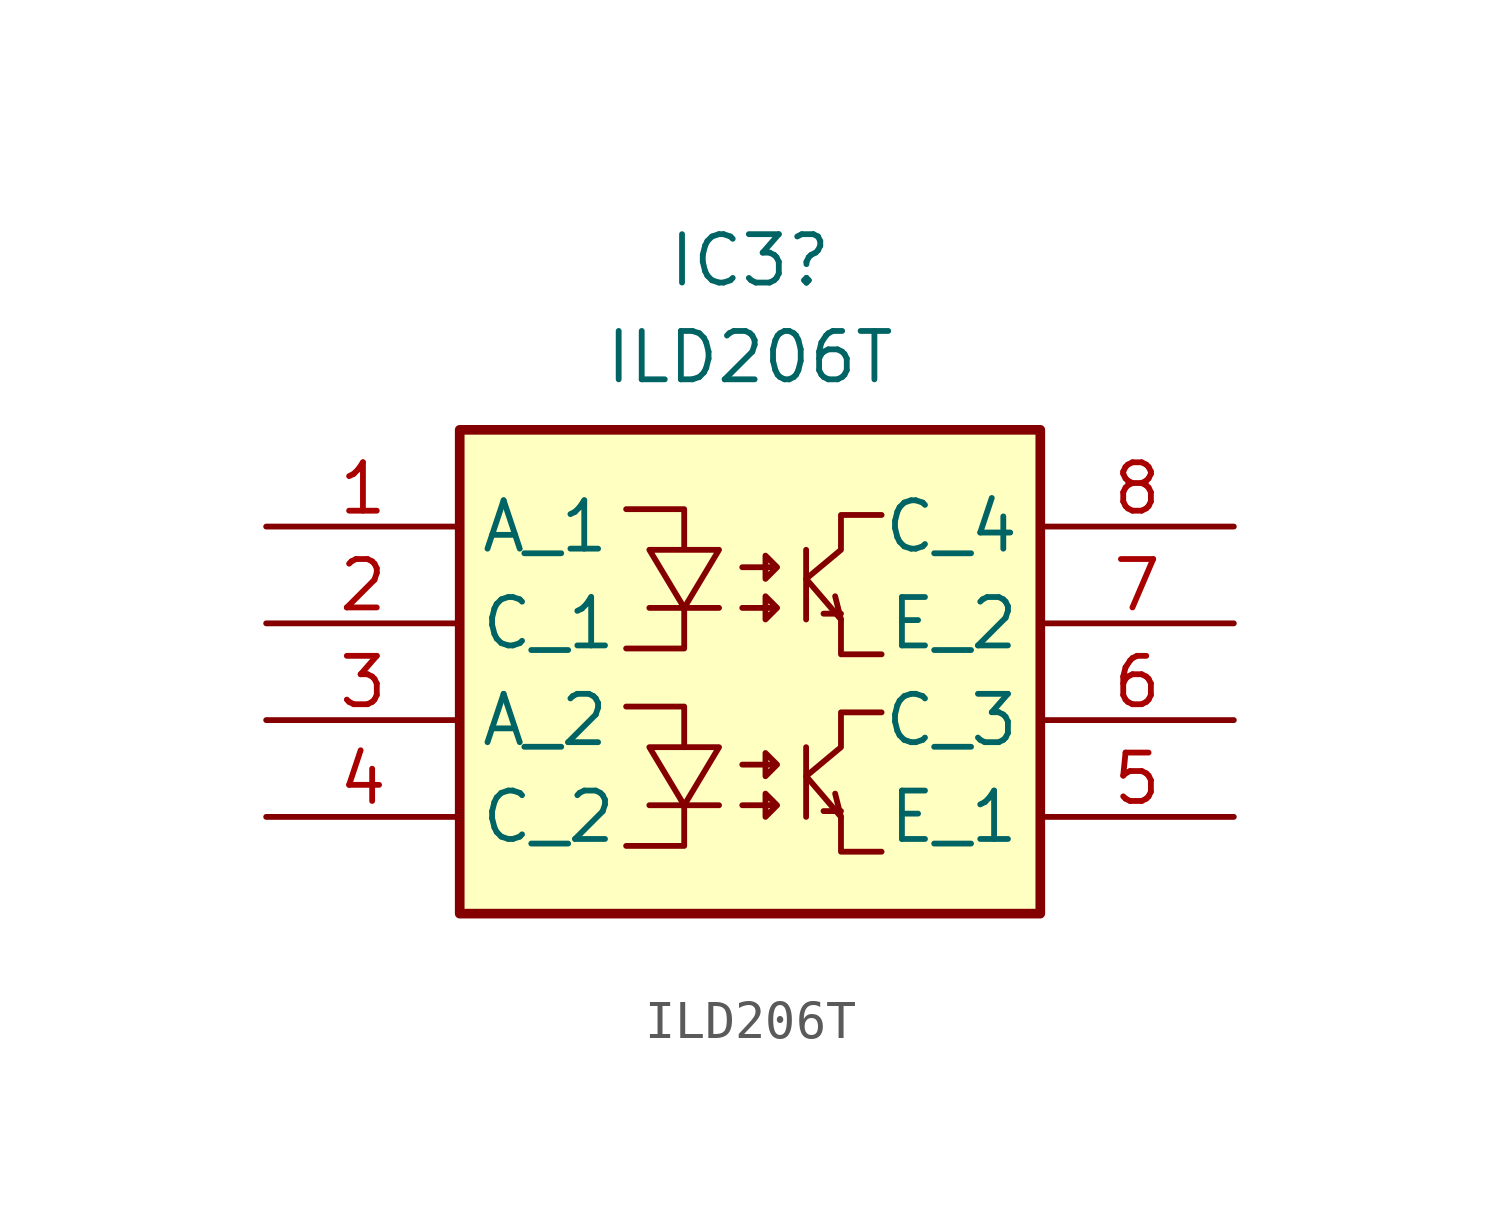
<source format=kicad_sym>
(kicad_symbol_lib
  (version 20231120)
  (generator "kicad_symbol_editor")
  (generator_version "8.0")
  (symbol "ILD206T"
    (property "Reference" "IC3"
      (at 12.7 6.985 0)
      (effects (font (size 1.27 1.27))))
    (property "Value" "ILD206T"
      (at 12.7 4.445 0)
      (effects (font (size 1.27 1.27))))
    (symbol "ILD206T_0_1"
      (polyline (pts (xy 11.887 -7.315) (xy 10.058 -7.315)) (stroke (width 0) (type default)) (fill (type none)))
      (polyline (pts (xy 11.887 -2.134) (xy 10.058 -2.134)) (stroke (width 0) (type default)) (fill (type none)))
      (polyline (pts (xy 14.173 -5.791) (xy 14.173 -7.62)) (stroke (width 0) (type default)) (fill (type none)))
      (polyline (pts (xy 14.173 -0.61) (xy 14.173 -2.438)) (stroke (width 0) (type default)) (fill (type none)))
      (polyline (pts (xy 14.935 -7.01) (xy 15.088 -7.62)) (stroke (width 0) (type default)) (fill (type none)))
      (polyline (pts (xy 14.935 -1.829) (xy 15.088 -2.438)) (stroke (width 0) (type default)) (fill (type none)))
      (polyline (pts (xy 15.088 -7.468) (xy 14.63 -7.468)) (stroke (width 0) (type default)) (fill (type none)))
      (polyline (pts (xy 15.088 -2.286) (xy 14.63 -2.286)) (stroke (width 0) (type default)) (fill (type none)))
      (polyline (pts (xy 10.973 -7.315) (xy 10.973 -8.382) (xy 9.449 -8.382)) (stroke (width 0) (type default)) (fill (type none)))
      (polyline (pts (xy 10.973 -2.134) (xy 10.973 -3.2) (xy 9.449 -3.2)) (stroke (width 0) (type default)) (fill (type none)))
      (polyline (pts (xy 12.497 -7.315) (xy 13.411 -7.315) (xy 13.106 -7.01) (xy 13.106 -7.62) (xy 13.411 -7.315)) (stroke (width 0) (type default)) (fill (type none)))
      (polyline (pts (xy 12.497 -6.248) (xy 13.411 -6.248) (xy 13.106 -5.944) (xy 13.106 -6.553) (xy 13.411 -6.248)) (stroke (width 0) (type default)) (fill (type none)))
      (polyline (pts (xy 12.497 -2.134) (xy 13.411 -2.134) (xy 13.106 -1.829) (xy 13.106 -2.438) (xy 13.411 -2.134)) (stroke (width 0) (type default)) (fill (type none)))
      (polyline (pts (xy 12.497 -1.067) (xy 13.411 -1.067) (xy 13.106 -0.762) (xy 13.106 -1.372) (xy 13.411 -1.067)) (stroke (width 0) (type default)) (fill (type none)))
      (polyline (pts (xy 9.449 -4.724) (xy 10.973 -4.724) (xy 10.973 -5.791) (xy 10.058 -5.791) (xy 11.887 -5.791) (xy 10.973 -7.315) (xy 10.058 -5.791)) (stroke (width 0) (type default)) (fill (type none)))
      (polyline (pts (xy 9.449 0.457) (xy 10.973 0.457) (xy 10.973 -0.61) (xy 10.058 -0.61) (xy 11.887 -0.61) (xy 10.973 -2.134) (xy 10.058 -0.61)) (stroke (width 0) (type default)) (fill (type none)))
      (polyline (pts (xy 16.154 -4.877) (xy 15.088 -4.877) (xy 15.088 -5.791) (xy 14.173 -6.553) (xy 15.088 -7.62) (xy 15.088 -8.534) (xy 16.154 -8.534)) (stroke (width 0) (type default)) (fill (type none)))
      (polyline (pts (xy 16.154 0.305) (xy 15.088 0.305) (xy 15.088 -0.61) (xy 14.173 -1.372) (xy 15.088 -2.438) (xy 15.088 -3.353) (xy 16.154 -3.353)) (stroke (width 0) (type default)) (fill (type none))))
    (symbol "ILD206T_1_1"
      (rectangle (start 5.08 2.54) (end 20.32 -10.16) (stroke (width 0.254) (type default)) (fill (type background)))
      (pin passive line (at 0 0 0) (length 5.08) (name "A_1" (effects (font (size 1.27 1.27)))) (number "1" (effects (font (size 1.27 1.27)))))
      (pin passive line (at 0 -2.54 0) (length 5.08) (name "C_1" (effects (font (size 1.27 1.27)))) (number "2" (effects (font (size 1.27 1.27)))))
      (pin passive line (at 0 -5.08 0) (length 5.08) (name "A_2" (effects (font (size 1.27 1.27)))) (number "3" (effects (font (size 1.27 1.27)))))
      (pin passive line (at 0 -7.62 0) (length 5.08) (name "C_2" (effects (font (size 1.27 1.27)))) (number "4" (effects (font (size 1.27 1.27)))))
      (pin passive line (at 25.4 -7.62 180) (length 5.08) (name "E_1" (effects (font (size 1.27 1.27)))) (number "5" (effects (font (size 1.27 1.27)))))
      (pin passive line (at 25.4 -5.08 180) (length 5.08) (name "C_3" (effects (font (size 1.27 1.27)))) (number "6" (effects (font (size 1.27 1.27)))))
      (pin passive line (at 25.4 -2.54 180) (length 5.08) (name "E_2" (effects (font (size 1.27 1.27)))) (number "7" (effects (font (size 1.27 1.27)))))
      (pin passive line (at 25.4 0 180) (length 5.08) (name "C_4" (effects (font (size 1.27 1.27)))) (number "8" (effects (font (size 1.27 1.27))))))))
</source>
